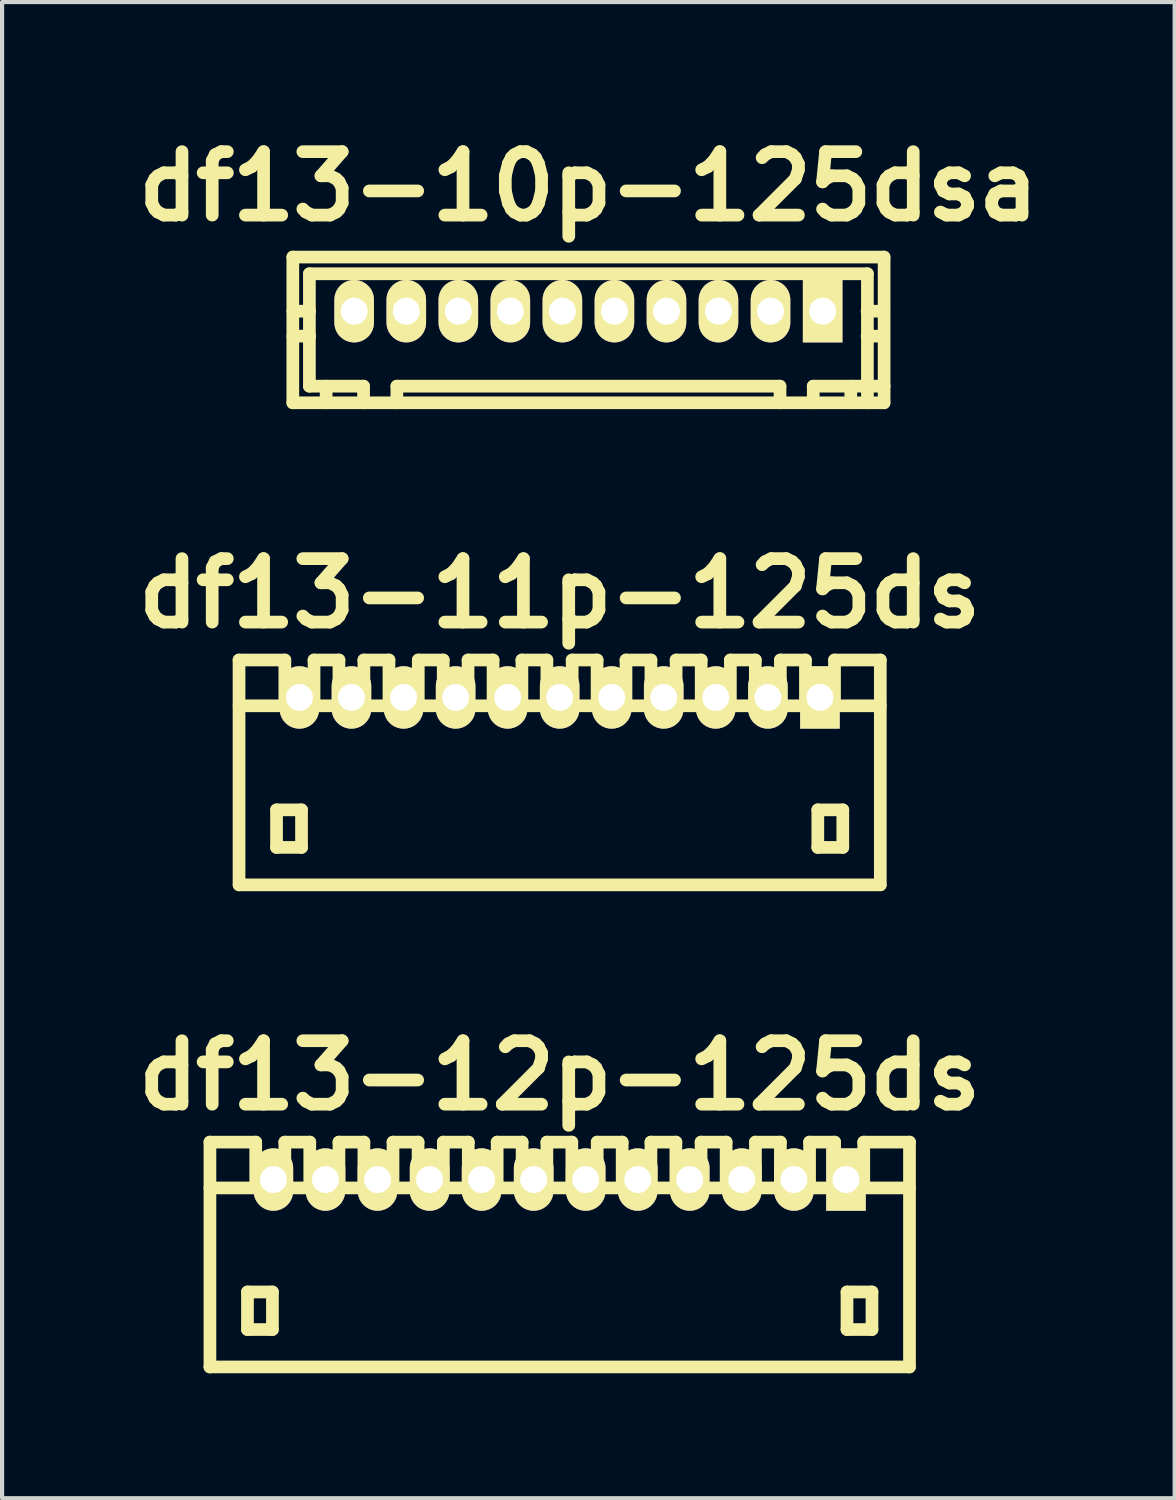
<source format=kicad_pcb>
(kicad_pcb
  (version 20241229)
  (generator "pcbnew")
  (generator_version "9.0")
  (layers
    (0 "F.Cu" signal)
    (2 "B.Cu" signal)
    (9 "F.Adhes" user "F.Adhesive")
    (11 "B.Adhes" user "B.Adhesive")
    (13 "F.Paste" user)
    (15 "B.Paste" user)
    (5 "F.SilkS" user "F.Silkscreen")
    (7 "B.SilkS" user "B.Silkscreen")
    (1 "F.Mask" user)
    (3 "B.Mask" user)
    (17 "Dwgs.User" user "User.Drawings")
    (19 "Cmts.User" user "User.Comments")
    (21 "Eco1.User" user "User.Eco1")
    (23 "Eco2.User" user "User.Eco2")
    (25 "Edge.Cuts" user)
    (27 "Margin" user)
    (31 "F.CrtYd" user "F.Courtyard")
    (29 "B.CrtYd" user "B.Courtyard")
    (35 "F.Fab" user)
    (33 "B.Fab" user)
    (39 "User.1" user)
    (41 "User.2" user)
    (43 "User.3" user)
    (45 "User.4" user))
  (footprint "df13-11p-125ds"
    (layer "F.Cu")
    (at 10.392 15.502)
    (property "Reference" "df13-11p-125ds" (at 0 -4.3 0) (layer "F.SilkS") (effects (font (size 1.524 1.524) (thickness 0.305))))
    (attr through_hole)
    (fp_line (start -7.701 2.7) (end -7.701 -2.7) (stroke (width 0.305) (type solid)) (layer "F.SilkS"))
    (fp_line (start -7.699 -1.6) (end 7.699 -1.6) (stroke (width 0.305) (type solid)) (layer "F.SilkS"))
    (fp_line (start -6.8 0.899) (end -6.8 1.801) (stroke (width 0.305) (type solid)) (layer "F.SilkS"))
    (fp_line (start -6.8 1.801) (end -6.2 1.801) (stroke (width 0.305) (type solid)) (layer "F.SilkS"))
    (fp_line (start -6.601 -2.7) (end -7.701 -2.7) (stroke (width 0.305) (type solid)) (layer "F.SilkS"))
    (fp_line (start -6.601 -1.6) (end -6.601 -2.7) (stroke (width 0.305) (type solid)) (layer "F.SilkS"))
    (fp_line (start -6.2 0.899) (end -6.8 0.899) (stroke (width 0.305) (type solid)) (layer "F.SilkS"))
    (fp_line (start -6.2 1.801) (end -6.2 0.899) (stroke (width 0.305) (type solid)) (layer "F.SilkS"))
    (fp_line (start -5.9 -2.7) (end -5.9 -1.6) (stroke (width 0.305) (type solid)) (layer "F.SilkS"))
    (fp_line (start -5.301 -2.7) (end -5.9 -2.7) (stroke (width 0.305) (type solid)) (layer "F.SilkS"))
    (fp_line (start -5.301 -1.6) (end -5.301 -2.7) (stroke (width 0.305) (type solid)) (layer "F.SilkS"))
    (fp_line (start -4.702 -2.7) (end -4.702 -1.6) (stroke (width 0.305) (type solid)) (layer "F.SilkS"))
    (fp_line (start -4.1 -2.7) (end -4.702 -2.7) (stroke (width 0.305) (type solid)) (layer "F.SilkS"))
    (fp_line (start -4.1 -2.7) (end -4.1 -1.6) (stroke (width 0.305) (type solid)) (layer "F.SilkS"))
    (fp_line (start -3.396 -2.7) (end -3.396 -1.6) (stroke (width 0.305) (type solid)) (layer "F.SilkS"))
    (fp_line (start -2.797 -2.7) (end -3.396 -2.7) (stroke (width 0.305) (type solid)) (layer "F.SilkS"))
    (fp_line (start -2.797 -2.7) (end -2.797 -1.6) (stroke (width 0.305) (type solid)) (layer "F.SilkS"))
    (fp_line (start -2.2 -2.7) (end -2.2 -1.6) (stroke (width 0.305) (type solid)) (layer "F.SilkS"))
    (fp_line (start -1.6 -2.7) (end -2.2 -2.7) (stroke (width 0.305) (type solid)) (layer "F.SilkS"))
    (fp_line (start -1.6 -1.6) (end -1.6 -2.7) (stroke (width 0.305) (type solid)) (layer "F.SilkS"))
    (fp_line (start -0.907 -1.6) (end -0.907 -2.7) (stroke (width 0.305) (type solid)) (layer "F.SilkS"))
    (fp_line (start -0.307 -2.7) (end -0.907 -2.7) (stroke (width 0.305) (type solid)) (layer "F.SilkS"))
    (fp_line (start -0.307 -1.6) (end -0.307 -2.7) (stroke (width 0.305) (type solid)) (layer "F.SilkS"))
    (fp_line (start 0.3 -2.7) (end 0.899 -2.7) (stroke (width 0.305) (type solid)) (layer "F.SilkS"))
    (fp_line (start 0.3 -1.6) (end 0.3 -2.7) (stroke (width 0.305) (type solid)) (layer "F.SilkS"))
    (fp_line (start 0.899 -2.7) (end 0.899 -1.6) (stroke (width 0.305) (type solid)) (layer "F.SilkS"))
    (fp_line (start 1.593 -2.7) (end 2.192 -2.7) (stroke (width 0.305) (type solid)) (layer "F.SilkS"))
    (fp_line (start 1.593 -1.6) (end 1.593 -2.7) (stroke (width 0.305) (type solid)) (layer "F.SilkS"))
    (fp_line (start 2.192 -2.7) (end 2.192 -1.6) (stroke (width 0.305) (type solid)) (layer "F.SilkS"))
    (fp_line (start 2.797 -2.7) (end 3.399 -2.7) (stroke (width 0.305) (type solid)) (layer "F.SilkS"))
    (fp_line (start 2.797 -1.6) (end 2.797 -2.7) (stroke (width 0.305) (type solid)) (layer "F.SilkS"))
    (fp_line (start 3.399 -2.7) (end 3.399 -1.6) (stroke (width 0.305) (type solid)) (layer "F.SilkS"))
    (fp_line (start 4.1 -2.7) (end 4.699 -2.7) (stroke (width 0.305) (type solid)) (layer "F.SilkS"))
    (fp_line (start 4.1 -1.6) (end 4.1 -2.7) (stroke (width 0.305) (type solid)) (layer "F.SilkS"))
    (fp_line (start 4.699 -2.7) (end 4.699 -1.6) (stroke (width 0.305) (type solid)) (layer "F.SilkS"))
    (fp_line (start 5.301 -2.7) (end 5.903 -2.7) (stroke (width 0.305) (type solid)) (layer "F.SilkS"))
    (fp_line (start 5.301 -1.6) (end 5.301 -2.7) (stroke (width 0.305) (type solid)) (layer "F.SilkS"))
    (fp_line (start 5.903 -2.7) (end 5.903 -1.6) (stroke (width 0.305) (type solid)) (layer "F.SilkS"))
    (fp_line (start 6.2 0.899) (end 6.8 0.899) (stroke (width 0.305) (type solid)) (layer "F.SilkS"))
    (fp_line (start 6.2 1.801) (end 6.2 0.899) (stroke (width 0.305) (type solid)) (layer "F.SilkS"))
    (fp_line (start 6.601 -1.6) (end 6.601 -2.7) (stroke (width 0.305) (type solid)) (layer "F.SilkS"))
    (fp_line (start 6.8 0.899) (end 6.8 1.801) (stroke (width 0.305) (type solid)) (layer "F.SilkS"))
    (fp_line (start 6.8 1.801) (end 6.2 1.801) (stroke (width 0.305) (type solid)) (layer "F.SilkS"))
    (fp_line (start 7.699 2.7) (end -7.699 2.7) (stroke (width 0.305) (type solid)) (layer "F.SilkS"))
    (fp_line (start 7.701 -2.7) (end 6.601 -2.7) (stroke (width 0.305) (type solid)) (layer "F.SilkS"))
    (fp_line (start 7.701 2.7) (end 7.701 -2.7) (stroke (width 0.305) (type solid)) (layer "F.SilkS"))
    (pad "1" thru_hole rect (at 6.251 -1.801) (size 0.95 1.499) (drill 0.648) (layers "*.Cu" "*.Mask" "F.SilkS"))
    (pad "2" thru_hole oval (at 5.001 -1.801) (size 0.95 1.499) (drill 0.648) (layers "*.Cu" "*.Mask" "F.SilkS"))
    (pad "3" thru_hole oval (at 3.749 -1.801) (size 0.95 1.499) (drill 0.648) (layers "*.Cu" "*.Mask" "F.SilkS"))
    (pad "4" thru_hole oval (at 2.499 -1.801) (size 0.95 1.499) (drill 0.648) (layers "*.Cu" "*.Mask" "F.SilkS"))
    (pad "5" thru_hole oval (at 1.25 -1.801) (size 0.95 1.499) (drill 0.648) (layers "*.Cu" "*.Mask" "F.SilkS"))
    (pad "6" thru_hole oval (at 0 -1.801) (size 0.95 1.499) (drill 0.648) (layers "*.Cu" "*.Mask" "F.SilkS"))
    (pad "7" thru_hole oval (at -1.25 -1.801) (size 0.95 1.499) (drill 0.648) (layers "*.Cu" "*.Mask" "F.SilkS"))
    (pad "8" thru_hole oval (at -2.499 -1.801) (size 0.95 1.499) (drill 0.648) (layers "*.Cu" "*.Mask" "F.SilkS"))
    (pad "9" thru_hole oval (at -3.749 -1.801) (size 0.95 1.499) (drill 0.648) (layers "*.Cu" "*.Mask" "F.SilkS"))
    (pad "10" thru_hole oval (at -5.001 -1.801) (size 0.95 1.499) (drill 0.648) (layers "*.Cu" "*.Mask" "F.SilkS"))
    (pad "11" thru_hole oval (at -6.251 -1.801) (size 0.95 1.499) (drill 0.648) (layers "*.Cu" "*.Mask" "F.SilkS")))
  (footprint "df13-10p-125dsa"
    (layer "F.Cu")
    (at 11.082 4.424)
    (property "Reference" "df13-10p-125dsa" (at 0 -2.997 0) (layer "F.SilkS") (effects (font (size 1.524 1.524) (thickness 0.305))))
    (attr through_hole)
    (fp_line (start -7.099 2.2) (end -7.099 -1.3) (stroke (width 0.305) (type solid)) (layer "F.SilkS"))
    (fp_line (start -6.701 -0.899) (end -6.701 1.801) (stroke (width 0.305) (type solid)) (layer "F.SilkS"))
    (fp_line (start -6.701 -0.899) (end 6.701 -0.899) (stroke (width 0.305) (type solid)) (layer "F.SilkS"))
    (fp_line (start -6.695 0) (end -7.097 0) (stroke (width 0.305) (type solid)) (layer "F.SilkS"))
    (fp_line (start -6.695 0.599) (end -7.097 0.599) (stroke (width 0.305) (type solid)) (layer "F.SilkS"))
    (fp_line (start -6.299 1.801) (end -6.299 2.2) (stroke (width 0.305) (type solid)) (layer "F.SilkS"))
    (fp_line (start -5.7 -0.099) (end -5.7 0.099) (stroke (width 0.305) (type solid)) (layer "F.SilkS"))
    (fp_line (start -5.7 0.099) (end -5.499 0.099) (stroke (width 0.305) (type solid)) (layer "F.SilkS"))
    (fp_line (start -5.499 -0.099) (end -5.7 -0.099) (stroke (width 0.305) (type solid)) (layer "F.SilkS"))
    (fp_line (start -5.499 0.099) (end -5.499 -0.099) (stroke (width 0.305) (type solid)) (layer "F.SilkS"))
    (fp_line (start -5.4 1.801) (end -6.701 1.801) (stroke (width 0.305) (type solid)) (layer "F.SilkS"))
    (fp_line (start -5.4 1.801) (end -5.4 2.2) (stroke (width 0.305) (type solid)) (layer "F.SilkS"))
    (fp_line (start -4.6 1.801) (end 4.6 1.801) (stroke (width 0.305) (type solid)) (layer "F.SilkS"))
    (fp_line (start -4.6 2.2) (end -4.6 1.801) (stroke (width 0.305) (type solid)) (layer "F.SilkS"))
    (fp_line (start -4.501 -0.099) (end -4.501 0.099) (stroke (width 0.305) (type solid)) (layer "F.SilkS"))
    (fp_line (start -4.501 0.099) (end -4.3 0.099) (stroke (width 0.305) (type solid)) (layer "F.SilkS"))
    (fp_line (start -4.3 -0.099) (end -4.501 -0.099) (stroke (width 0.305) (type solid)) (layer "F.SilkS"))
    (fp_line (start -4.3 0.099) (end -4.3 -0.099) (stroke (width 0.305) (type solid)) (layer "F.SilkS"))
    (fp_line (start -3.2 -0.099) (end -3.2 0.099) (stroke (width 0.305) (type solid)) (layer "F.SilkS"))
    (fp_line (start -3.2 0.099) (end -3 0.099) (stroke (width 0.305) (type solid)) (layer "F.SilkS"))
    (fp_line (start -3 -0.099) (end -3.2 -0.099) (stroke (width 0.305) (type solid)) (layer "F.SilkS"))
    (fp_line (start -3 0.099) (end -3 -0.099) (stroke (width 0.305) (type solid)) (layer "F.SilkS"))
    (fp_line (start -1.999 -0.099) (end -1.999 0.099) (stroke (width 0.305) (type solid)) (layer "F.SilkS"))
    (fp_line (start -1.999 0.099) (end -1.801 0.099) (stroke (width 0.305) (type solid)) (layer "F.SilkS"))
    (fp_line (start -1.801 -0.099) (end -1.999 -0.099) (stroke (width 0.305) (type solid)) (layer "F.SilkS"))
    (fp_line (start -1.801 0.099) (end -1.801 -0.099) (stroke (width 0.305) (type solid)) (layer "F.SilkS"))
    (fp_line (start -0.701 -0.099) (end -0.701 0.099) (stroke (width 0.305) (type solid)) (layer "F.SilkS"))
    (fp_line (start -0.701 0.099) (end -0.5 0.099) (stroke (width 0.305) (type solid)) (layer "F.SilkS"))
    (fp_line (start -0.5 -0.099) (end -0.701 -0.099) (stroke (width 0.305) (type solid)) (layer "F.SilkS"))
    (fp_line (start -0.5 0.099) (end -0.5 -0.099) (stroke (width 0.305) (type solid)) (layer "F.SilkS"))
    (fp_line (start 0.5 -0.099) (end 0.701 -0.099) (stroke (width 0.305) (type solid)) (layer "F.SilkS"))
    (fp_line (start 0.5 0.099) (end 0.5 -0.099) (stroke (width 0.305) (type solid)) (layer "F.SilkS"))
    (fp_line (start 0.701 -0.099) (end 0.701 0.099) (stroke (width 0.305) (type solid)) (layer "F.SilkS"))
    (fp_line (start 0.701 0.099) (end 0.5 0.099) (stroke (width 0.305) (type solid)) (layer "F.SilkS"))
    (fp_line (start 1.801 -0.099) (end 1.999 -0.099) (stroke (width 0.305) (type solid)) (layer "F.SilkS"))
    (fp_line (start 1.801 0.099) (end 1.801 -0.099) (stroke (width 0.305) (type solid)) (layer "F.SilkS"))
    (fp_line (start 1.999 -0.099) (end 1.999 0.099) (stroke (width 0.305) (type solid)) (layer "F.SilkS"))
    (fp_line (start 1.999 0.099) (end 1.801 0.099) (stroke (width 0.305) (type solid)) (layer "F.SilkS"))
    (fp_line (start 3 -0.099) (end 3.2 -0.099) (stroke (width 0.305) (type solid)) (layer "F.SilkS"))
    (fp_line (start 3 0.099) (end 3 -0.099) (stroke (width 0.305) (type solid)) (layer "F.SilkS"))
    (fp_line (start 3.2 -0.099) (end 3.2 0.099) (stroke (width 0.305) (type solid)) (layer "F.SilkS"))
    (fp_line (start 3.2 0.099) (end 3 0.099) (stroke (width 0.305) (type solid)) (layer "F.SilkS"))
    (fp_line (start 4.3 -0.099) (end 4.501 -0.099) (stroke (width 0.305) (type solid)) (layer "F.SilkS"))
    (fp_line (start 4.3 0.099) (end 4.3 -0.099) (stroke (width 0.305) (type solid)) (layer "F.SilkS"))
    (fp_line (start 4.501 -0.099) (end 4.501 0.099) (stroke (width 0.305) (type solid)) (layer "F.SilkS"))
    (fp_line (start 4.501 0.099) (end 4.3 0.099) (stroke (width 0.305) (type solid)) (layer "F.SilkS"))
    (fp_line (start 4.602 2.2) (end 4.602 1.801) (stroke (width 0.305) (type solid)) (layer "F.SilkS"))
    (fp_line (start 5.4 1.801) (end 5.4 2.2) (stroke (width 0.305) (type solid)) (layer "F.SilkS"))
    (fp_line (start 5.4 1.801) (end 7.102 1.801) (stroke (width 0.305) (type solid)) (layer "F.SilkS"))
    (fp_line (start 5.499 -0.099) (end 5.7 -0.099) (stroke (width 0.305) (type solid)) (layer "F.SilkS"))
    (fp_line (start 5.499 0.099) (end 5.499 -0.099) (stroke (width 0.305) (type solid)) (layer "F.SilkS"))
    (fp_line (start 5.7 -0.099) (end 5.7 0.099) (stroke (width 0.305) (type solid)) (layer "F.SilkS"))
    (fp_line (start 5.7 0.099) (end 5.499 0.099) (stroke (width 0.305) (type solid)) (layer "F.SilkS"))
    (fp_line (start 6.302 1.801) (end 6.302 2.2) (stroke (width 0.305) (type solid)) (layer "F.SilkS"))
    (fp_line (start 6.693 0) (end 7.094 0) (stroke (width 0.305) (type solid)) (layer "F.SilkS"))
    (fp_line (start 6.701 -0.899) (end 6.701 2.2) (stroke (width 0.305) (type solid)) (layer "F.SilkS"))
    (fp_line (start 7.094 0.599) (end 6.693 0.599) (stroke (width 0.305) (type solid)) (layer "F.SilkS"))
    (fp_line (start 7.099 -1.3) (end -7.099 -1.3) (stroke (width 0.305) (type solid)) (layer "F.SilkS"))
    (fp_line (start 7.099 2.2) (end -7.099 2.2) (stroke (width 0.305) (type solid)) (layer "F.SilkS"))
    (fp_line (start 7.102 -1.3) (end 7.102 2.2) (stroke (width 0.305) (type solid)) (layer "F.SilkS"))
    (pad "1" thru_hole rect (at 5.626 0) (size 0.95 1.499) (drill 0.648) (layers "*.Cu" "*.Mask" "F.SilkS"))
    (pad "2" thru_hole oval (at 4.374 0) (size 0.95 1.499) (drill 0.648) (layers "*.Cu" "*.Mask" "F.SilkS"))
    (pad "3" thru_hole oval (at 3.124 0) (size 0.95 1.499) (drill 0.648) (layers "*.Cu" "*.Mask" "F.SilkS"))
    (pad "4" thru_hole oval (at 1.875 0) (size 0.95 1.499) (drill 0.648) (layers "*.Cu" "*.Mask" "F.SilkS"))
    (pad "5" thru_hole oval (at 0.625 0) (size 0.95 1.499) (drill 0.648) (layers "*.Cu" "*.Mask" "F.SilkS"))
    (pad "6" thru_hole oval (at -0.625 0) (size 0.95 1.499) (drill 0.648) (layers "*.Cu" "*.Mask" "F.SilkS"))
    (pad "7" thru_hole oval (at -1.875 0) (size 0.95 1.499) (drill 0.648) (layers "*.Cu" "*.Mask" "F.SilkS"))
    (pad "8" thru_hole oval (at -3.124 0) (size 0.95 1.499) (drill 0.648) (layers "*.Cu" "*.Mask" "F.SilkS"))
    (pad "9" thru_hole oval (at -4.374 0) (size 0.95 1.499) (drill 0.648) (layers "*.Cu" "*.Mask" "F.SilkS"))
    (pad "10" thru_hole oval (at -5.626 0) (size 0.95 1.499) (drill 0.648) (layers "*.Cu" "*.Mask" "F.SilkS")))
  (footprint "df13-12p-125ds"
    (layer "F.Cu")
    (at 10.392 27.081)
    (property "Reference" "df13-12p-125ds" (at 0 -4.3 0) (layer "F.SilkS") (effects (font (size 1.524 1.524) (thickness 0.305))))
    (attr through_hole)
    (fp_line (start -8.4 -1.6) (end 8.4 -1.6) (stroke (width 0.305) (type solid)) (layer "F.SilkS"))
    (fp_line (start -8.4 2.7) (end -8.4 -2.7) (stroke (width 0.305) (type solid)) (layer "F.SilkS"))
    (fp_line (start -7.498 0.899) (end -7.498 1.801) (stroke (width 0.305) (type solid)) (layer "F.SilkS"))
    (fp_line (start -7.498 1.801) (end -6.899 1.801) (stroke (width 0.305) (type solid)) (layer "F.SilkS"))
    (fp_line (start -7.3 -2.7) (end -8.4 -2.7) (stroke (width 0.305) (type solid)) (layer "F.SilkS"))
    (fp_line (start -7.3 -1.6) (end -7.3 -2.7) (stroke (width 0.305) (type solid)) (layer "F.SilkS"))
    (fp_line (start -6.899 0.899) (end -7.498 0.899) (stroke (width 0.305) (type solid)) (layer "F.SilkS"))
    (fp_line (start -6.899 1.801) (end -6.899 0.899) (stroke (width 0.305) (type solid)) (layer "F.SilkS"))
    (fp_line (start -6.601 -2.7) (end -6.601 -1.6) (stroke (width 0.305) (type solid)) (layer "F.SilkS"))
    (fp_line (start -6.002 -2.7) (end -6.601 -2.7) (stroke (width 0.305) (type solid)) (layer "F.SilkS"))
    (fp_line (start -6.002 -1.6) (end -6.002 -2.7) (stroke (width 0.305) (type solid)) (layer "F.SilkS"))
    (fp_line (start -5.301 -2.7) (end -5.301 -1.6) (stroke (width 0.305) (type solid)) (layer "F.SilkS"))
    (fp_line (start -4.702 -2.7) (end -5.301 -2.7) (stroke (width 0.305) (type solid)) (layer "F.SilkS"))
    (fp_line (start -4.702 -1.6) (end -4.702 -2.7) (stroke (width 0.305) (type solid)) (layer "F.SilkS"))
    (fp_line (start -4.003 -2.7) (end -4.003 -1.6) (stroke (width 0.305) (type solid)) (layer "F.SilkS"))
    (fp_line (start -3.401 -2.7) (end -4.003 -2.7) (stroke (width 0.305) (type solid)) (layer "F.SilkS"))
    (fp_line (start -3.401 -2.7) (end -3.401 -1.6) (stroke (width 0.305) (type solid)) (layer "F.SilkS"))
    (fp_line (start -2.794 -2.7) (end -2.794 -1.6) (stroke (width 0.305) (type solid)) (layer "F.SilkS"))
    (fp_line (start -2.195 -2.7) (end -2.794 -2.7) (stroke (width 0.305) (type solid)) (layer "F.SilkS"))
    (fp_line (start -2.195 -2.7) (end -2.195 -1.6) (stroke (width 0.305) (type solid)) (layer "F.SilkS"))
    (fp_line (start -1.501 -2.7) (end -1.501 -1.6) (stroke (width 0.305) (type solid)) (layer "F.SilkS"))
    (fp_line (start -0.902 -2.7) (end -1.501 -2.7) (stroke (width 0.305) (type solid)) (layer "F.SilkS"))
    (fp_line (start -0.902 -1.6) (end -0.902 -2.7) (stroke (width 0.305) (type solid)) (layer "F.SilkS"))
    (fp_line (start -0.307 -1.6) (end -0.307 -2.7) (stroke (width 0.305) (type solid)) (layer "F.SilkS"))
    (fp_line (start 0.292 -2.7) (end -0.307 -2.7) (stroke (width 0.305) (type solid)) (layer "F.SilkS"))
    (fp_line (start 0.292 -1.6) (end 0.292 -2.7) (stroke (width 0.305) (type solid)) (layer "F.SilkS"))
    (fp_line (start 0.902 -2.7) (end 1.501 -2.7) (stroke (width 0.305) (type solid)) (layer "F.SilkS"))
    (fp_line (start 0.902 -1.6) (end 0.902 -2.7) (stroke (width 0.305) (type solid)) (layer "F.SilkS"))
    (fp_line (start 1.501 -2.7) (end 1.501 -1.6) (stroke (width 0.305) (type solid)) (layer "F.SilkS"))
    (fp_line (start 2.192 -2.7) (end 2.791 -2.7) (stroke (width 0.305) (type solid)) (layer "F.SilkS"))
    (fp_line (start 2.192 -1.6) (end 2.192 -2.7) (stroke (width 0.305) (type solid)) (layer "F.SilkS"))
    (fp_line (start 2.791 -2.7) (end 2.791 -1.6) (stroke (width 0.305) (type solid)) (layer "F.SilkS"))
    (fp_line (start 3.396 -2.7) (end 3.998 -2.7) (stroke (width 0.305) (type solid)) (layer "F.SilkS"))
    (fp_line (start 3.396 -1.6) (end 3.396 -2.7) (stroke (width 0.305) (type solid)) (layer "F.SilkS"))
    (fp_line (start 3.998 -2.7) (end 3.998 -1.6) (stroke (width 0.305) (type solid)) (layer "F.SilkS"))
    (fp_line (start 4.702 -2.7) (end 5.301 -2.7) (stroke (width 0.305) (type solid)) (layer "F.SilkS"))
    (fp_line (start 4.702 -1.6) (end 4.702 -2.7) (stroke (width 0.305) (type solid)) (layer "F.SilkS"))
    (fp_line (start 5.301 -2.7) (end 5.301 -1.6) (stroke (width 0.305) (type solid)) (layer "F.SilkS"))
    (fp_line (start 6.002 -2.7) (end 6.604 -2.7) (stroke (width 0.305) (type solid)) (layer "F.SilkS"))
    (fp_line (start 6.002 -1.6) (end 6.002 -2.7) (stroke (width 0.305) (type solid)) (layer "F.SilkS"))
    (fp_line (start 6.604 -2.7) (end 6.604 -1.6) (stroke (width 0.305) (type solid)) (layer "F.SilkS"))
    (fp_line (start 6.901 0.899) (end 7.501 0.899) (stroke (width 0.305) (type solid)) (layer "F.SilkS"))
    (fp_line (start 6.901 1.801) (end 6.901 0.899) (stroke (width 0.305) (type solid)) (layer "F.SilkS"))
    (fp_line (start 7.303 -1.6) (end 7.303 -2.7) (stroke (width 0.305) (type solid)) (layer "F.SilkS"))
    (fp_line (start 7.501 0.899) (end 7.501 1.801) (stroke (width 0.305) (type solid)) (layer "F.SilkS"))
    (fp_line (start 7.501 1.801) (end 6.901 1.801) (stroke (width 0.305) (type solid)) (layer "F.SilkS"))
    (fp_line (start 8.4 2.7) (end -8.4 2.7) (stroke (width 0.305) (type solid)) (layer "F.SilkS"))
    (fp_line (start 8.402 -2.7) (end 7.303 -2.7) (stroke (width 0.305) (type solid)) (layer "F.SilkS"))
    (fp_line (start 8.402 2.7) (end 8.402 -2.7) (stroke (width 0.305) (type solid)) (layer "F.SilkS"))
    (pad "1" thru_hole rect (at 6.876 -1.801) (size 0.95 1.499) (drill 0.648) (layers "*.Cu" "*.Mask" "F.SilkS"))
    (pad "2" thru_hole oval (at 5.626 -1.801) (size 0.95 1.499) (drill 0.648) (layers "*.Cu" "*.Mask" "F.SilkS"))
    (pad "3" thru_hole oval (at 4.374 -1.801) (size 0.95 1.499) (drill 0.648) (layers "*.Cu" "*.Mask" "F.SilkS"))
    (pad "4" thru_hole oval (at 3.124 -1.801) (size 0.95 1.499) (drill 0.648) (layers "*.Cu" "*.Mask" "F.SilkS"))
    (pad "5" thru_hole oval (at 1.875 -1.801) (size 0.95 1.499) (drill 0.648) (layers "*.Cu" "*.Mask" "F.SilkS"))
    (pad "6" thru_hole oval (at 0.625 -1.801) (size 0.95 1.499) (drill 0.648) (layers "*.Cu" "*.Mask" "F.SilkS"))
    (pad "7" thru_hole oval (at -0.625 -1.801) (size 0.95 1.499) (drill 0.648) (layers "*.Cu" "*.Mask" "F.SilkS"))
    (pad "8" thru_hole oval (at -1.875 -1.801) (size 0.95 1.499) (drill 0.648) (layers "*.Cu" "*.Mask" "F.SilkS"))
    (pad "9" thru_hole oval (at -3.124 -1.801) (size 0.95 1.499) (drill 0.648) (layers "*.Cu" "*.Mask" "F.SilkS"))
    (pad "10" thru_hole oval (at -4.374 -1.801) (size 0.95 1.499) (drill 0.648) (layers "*.Cu" "*.Mask" "F.SilkS"))
    (pad "11" thru_hole oval (at -5.626 -1.801) (size 0.95 1.499) (drill 0.648) (layers "*.Cu" "*.Mask" "F.SilkS"))
    (pad "12" thru_hole oval (at -6.876 -1.801) (size 0.95 1.499) (drill 0.648) (layers "*.Cu" "*.Mask" "F.SilkS")))
  (gr_rect
    (start -3 -3)
    (end 25.163 32.934)
    (stroke (width 0.1) (type default))
    (fill no)
    (layer "Edge.Cuts")))
</source>
